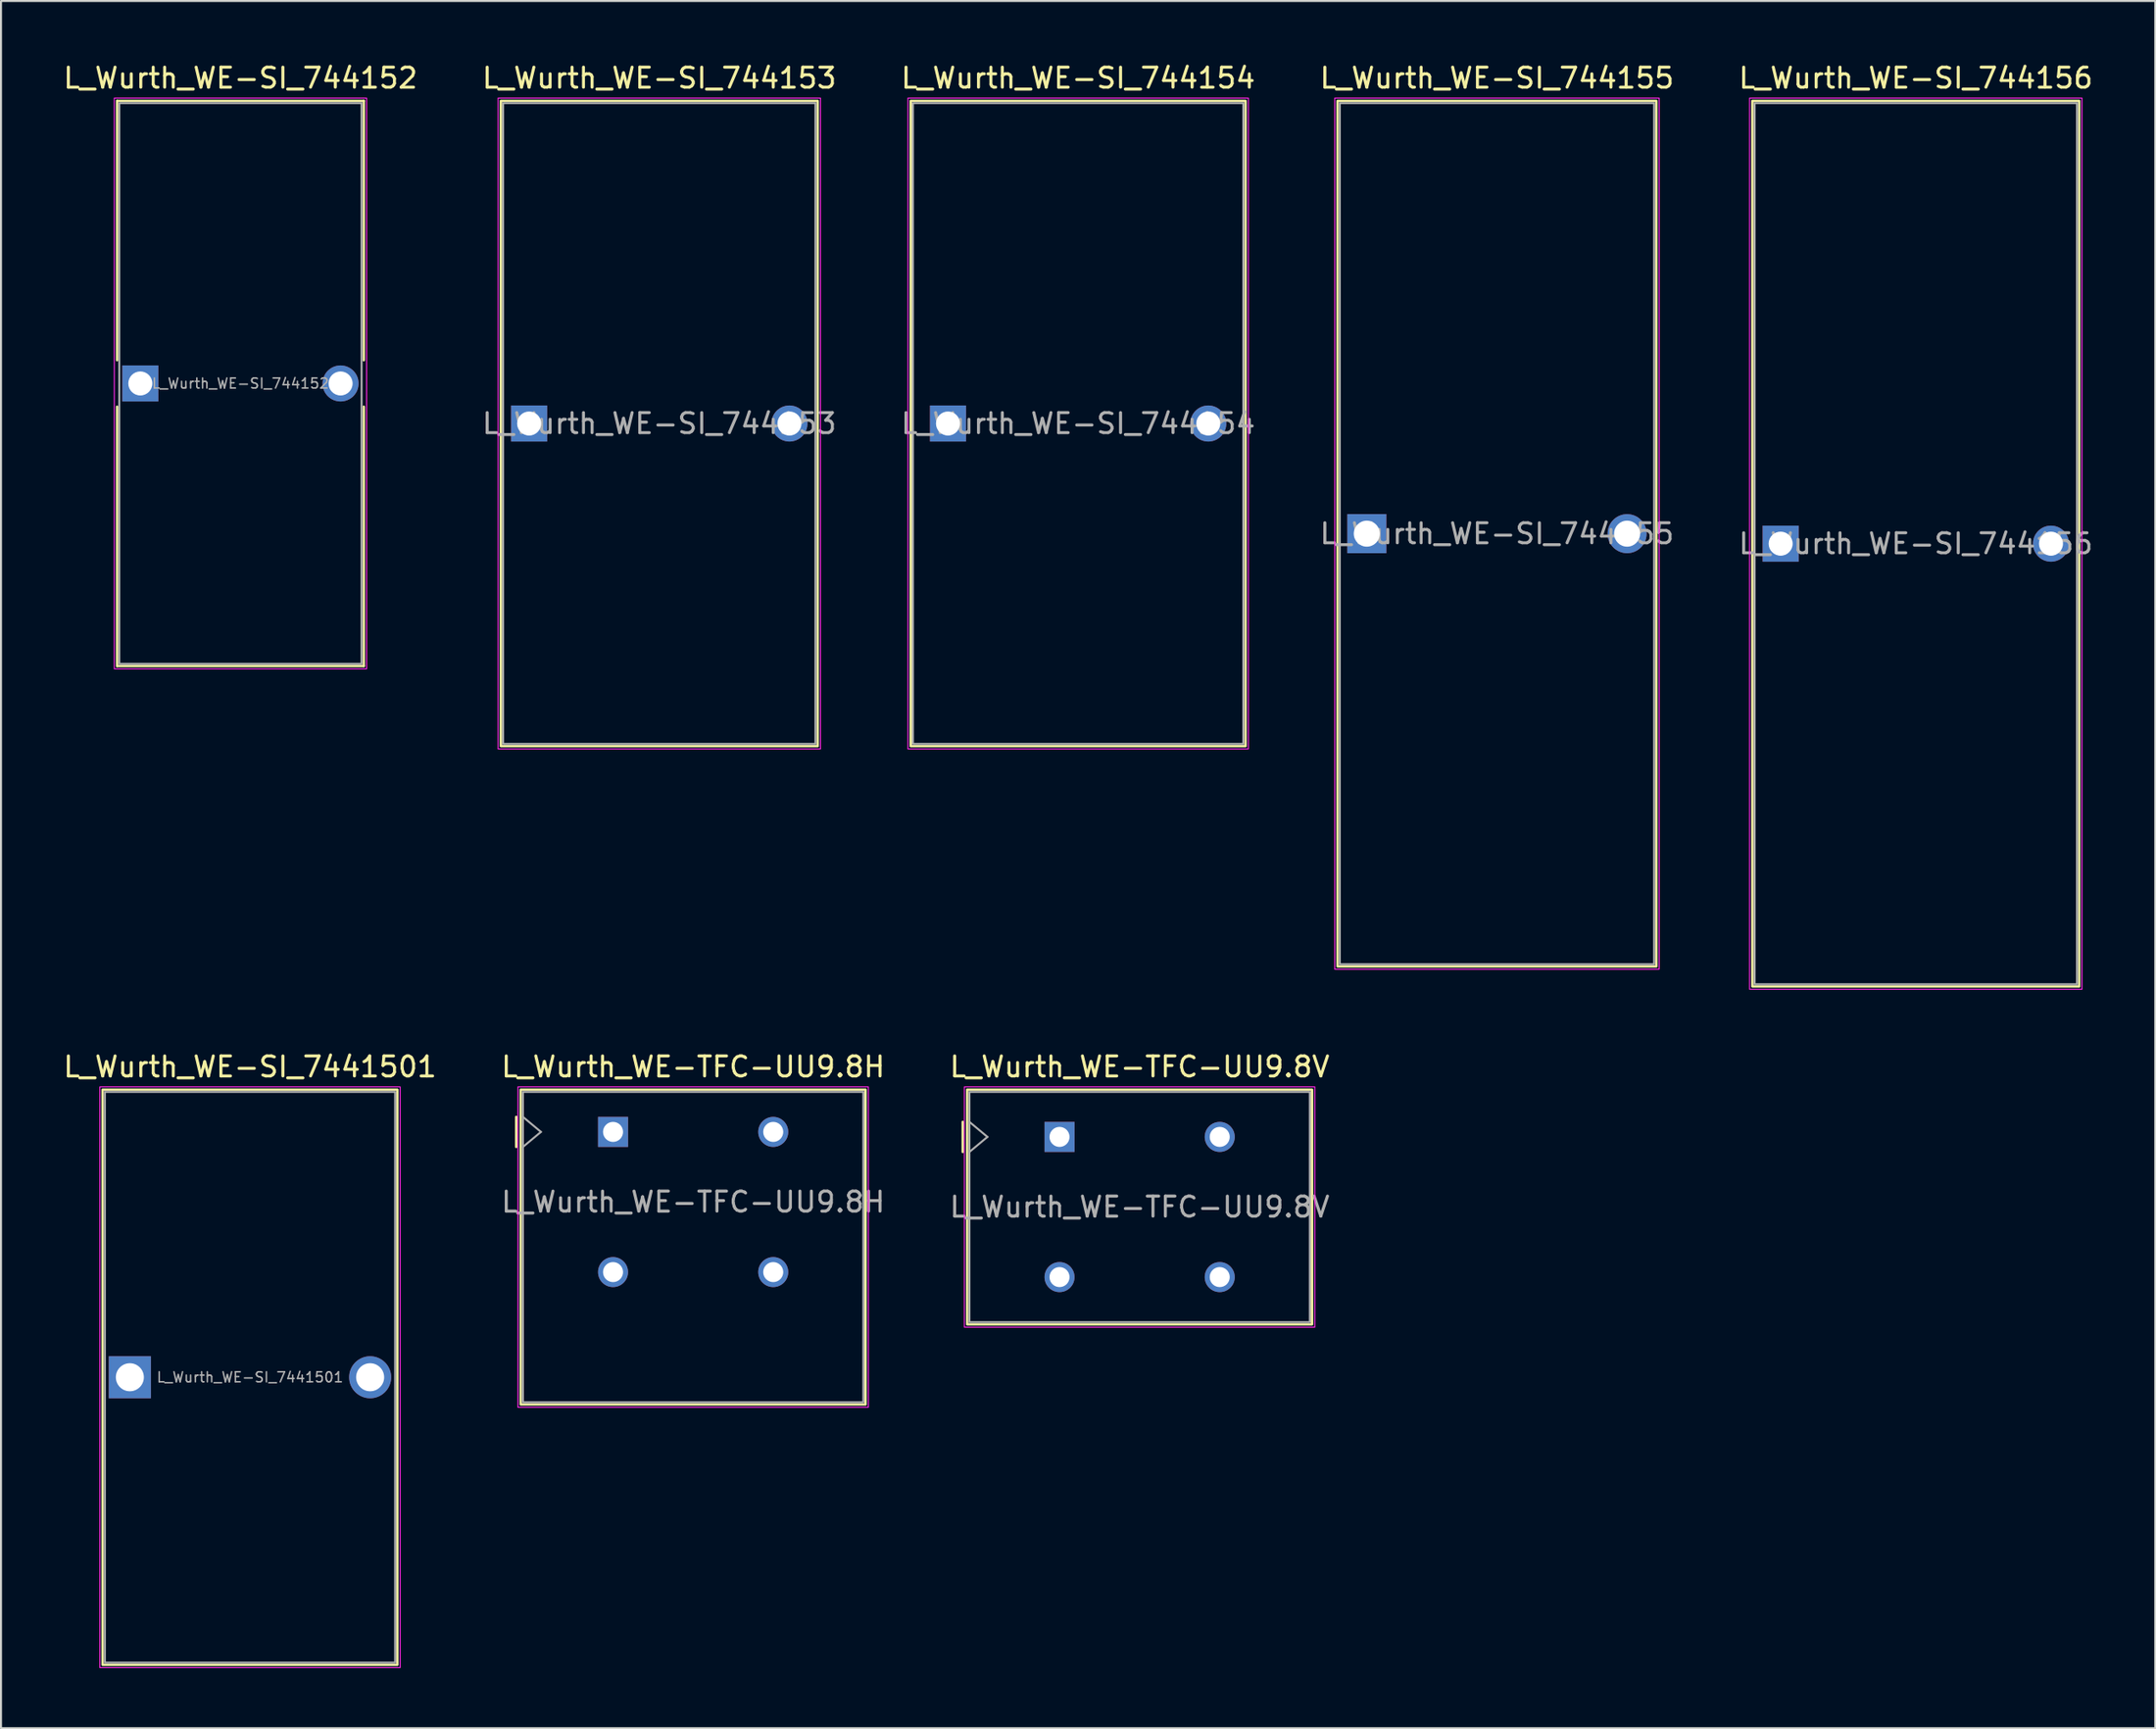
<source format=kicad_pcb>
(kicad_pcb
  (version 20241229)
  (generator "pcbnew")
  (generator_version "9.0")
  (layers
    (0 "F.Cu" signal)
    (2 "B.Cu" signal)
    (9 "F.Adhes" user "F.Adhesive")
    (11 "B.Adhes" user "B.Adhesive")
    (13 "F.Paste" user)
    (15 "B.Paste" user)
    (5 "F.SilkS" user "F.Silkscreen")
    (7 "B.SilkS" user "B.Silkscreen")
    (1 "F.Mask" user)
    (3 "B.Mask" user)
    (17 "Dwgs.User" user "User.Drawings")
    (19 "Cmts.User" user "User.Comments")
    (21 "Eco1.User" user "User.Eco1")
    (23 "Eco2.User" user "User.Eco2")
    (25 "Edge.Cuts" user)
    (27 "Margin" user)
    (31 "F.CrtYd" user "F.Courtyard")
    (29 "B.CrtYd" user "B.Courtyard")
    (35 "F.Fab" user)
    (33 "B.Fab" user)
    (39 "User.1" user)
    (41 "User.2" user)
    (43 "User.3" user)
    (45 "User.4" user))
  (footprint "L_Wurth_WE-SI_744155"
    (layer "F.Cu")
    (at 65.208 23.598)
    (property "Reference" "L_Wurth_WE-SI_744155" (at 6.5 -22.75 0) (unlocked yes) (layer "F.SilkS") (effects (font (size 1 1) (thickness 0.15))))
    (attr through_hole)
    (fp_rect (start -1.46 -21.61) (end 14.46 21.61) (stroke (width 0.12) (type solid)) (fill no) (layer "F.SilkS"))
    (fp_rect (start -1.6 -21.75) (end 14.6 21.75) (stroke (width 0.05) (type solid)) (fill no) (layer "F.CrtYd"))
    (fp_rect (start -1.35 -21.5) (end 14.35 21.5) (stroke (width 0.1) (type solid)) (fill no) (layer "F.Fab"))
    (fp_text user "${REFERENCE}" (at 6.5 0 0) (unlocked yes) (layer "F.Fab") (effects (font (size 1 1) (thickness 0.15))))
    (pad "1" thru_hole rect (at 0 0) (size 1.95 1.95) (drill 1.3) (layers "*.Cu" "*.Mask"))
    (pad "2" thru_hole circle (at 13 0) (size 1.95 1.95) (drill 1.3) (layers "*.Cu" "*.Mask")))
  (footprint "L_Wurth_WE-TFC-UU9.8H"
    (layer "F.Cu")
    (at 27.565 53.471)
    (property "Reference" "L_Wurth_WE-TFC-UU9.8H" (at 4 -3.25 0) (unlocked yes) (layer "F.SilkS") (effects (font (size 1 1) (thickness 0.15))))
    (attr through_hole)
    (fp_line (start -4.835 -0.75) (end -4.835 0.75) (stroke (width 0.12) (type solid)) (layer "F.SilkS"))
    (fp_rect (start -4.61 -2.11) (end 12.61 13.61) (stroke (width 0.12) (type solid)) (fill no) (layer "F.SilkS"))
    (fp_rect (start -4.75 -2.25) (end 12.75 13.75) (stroke (width 0.05) (type solid)) (fill no) (layer "F.CrtYd"))
    (fp_line (start -4.5 -0.75) (end -3.6 0) (stroke (width 0.1) (type solid)) (layer "F.Fab"))
    (fp_line (start -4.5 0.75) (end -3.6 0) (stroke (width 0.1) (type solid)) (layer "F.Fab"))
    (fp_rect (start -4.5 -2) (end 12.5 13.5) (stroke (width 0.1) (type solid)) (fill no) (layer "F.Fab"))
    (fp_text user "${REFERENCE}" (at 4 3.5 0) (unlocked yes) (layer "F.Fab") (effects (font (size 1 1) (thickness 0.15))))
    (pad "1" thru_hole rect (at 0 0) (size 1.5 1.5) (drill 1) (layers "*.Cu" "*.Mask"))
    (pad "2" thru_hole circle (at 8 0) (size 1.5 1.5) (drill 1) (layers "*.Cu" "*.Mask"))
    (pad "3" thru_hole circle (at 8 7) (size 1.5 1.5) (drill 1) (layers "*.Cu" "*.Mask"))
    (pad "4" thru_hole circle (at 0 7) (size 1.5 1.5) (drill 1) (layers "*.Cu" "*.Mask")))
  (footprint "L_Wurth_WE-SI_744153"
    (layer "F.Cu")
    (at 23.375 18.098)
    (property "Reference" "L_Wurth_WE-SI_744153" (at 6.5 -17.25 0) (unlocked yes) (layer "F.SilkS") (effects (font (size 1 1) (thickness 0.15))))
    (attr through_hole)
    (fp_rect (start -1.41 -16.11) (end 14.41 16.11) (stroke (width 0.12) (type solid)) (fill no) (layer "F.SilkS"))
    (fp_rect (start -1.55 -16.25) (end 14.55 16.25) (stroke (width 0.05) (type solid)) (fill no) (layer "F.CrtYd"))
    (fp_rect (start -1.3 -16) (end 14.3 16) (stroke (width 0.1) (type solid)) (fill no) (layer "F.Fab"))
    (fp_text user "${REFERENCE}" (at 6.5 0 0) (unlocked yes) (layer "F.Fab") (effects (font (size 1 1) (thickness 0.15))))
    (pad "1" thru_hole rect (at 0 0) (size 1.8 1.8) (drill 1.2) (layers "*.Cu" "*.Mask"))
    (pad "2" thru_hole circle (at 13 0) (size 1.8 1.8) (drill 1.2) (layers "*.Cu" "*.Mask")))
  (footprint "L_Wurth_WE-SI_7441501"
    (layer "F.Cu")
    (at 3.435 65.722)
    (property "Reference" "L_Wurth_WE-SI_7441501" (at 6 -15.5 0) (unlocked yes) (layer "F.SilkS") (effects (font (size 1 1) (thickness 0.15))))
    (attr through_hole)
    (fp_rect (start -1.36 -14.36) (end 13.36 14.36) (stroke (width 0.12) (type solid)) (fill no) (layer "F.SilkS"))
    (fp_rect (start -1.5 -14.5) (end 13.5 14.5) (stroke (width 0.05) (type solid)) (fill no) (layer "F.CrtYd"))
    (fp_rect (start -1.25 -14.25) (end 13.25 14.25) (stroke (width 0.1) (type solid)) (fill no) (layer "F.Fab"))
    (fp_text user "${REFERENCE}" (at 6 0 0) (unlocked yes) (layer "F.Fab") (effects (font (size 0.5 0.5) (thickness 0.075))))
    (pad "1" thru_hole rect (at 0 0) (size 2.1 2.1) (drill 1.4) (layers "*.Cu" "*.Mask"))
    (pad "2" thru_hole circle (at 12 0) (size 2.1 2.1) (drill 1.4) (layers "*.Cu" "*.Mask")))
  (footprint "L_Wurth_WE-TFC-UU9.8V"
    (layer "F.Cu")
    (at 49.863 53.721)
    (property "Reference" "L_Wurth_WE-TFC-UU9.8V" (at 4 -3.5 0) (unlocked yes) (layer "F.SilkS") (effects (font (size 1 1) (thickness 0.15))))
    (attr through_hole)
    (fp_line (start -4.835 -0.75) (end -4.835 0.75) (stroke (width 0.12) (type solid)) (layer "F.SilkS"))
    (fp_rect (start -4.61 -2.36) (end 12.61 9.36) (stroke (width 0.12) (type solid)) (fill no) (layer "F.SilkS"))
    (fp_rect (start -4.75 -2.5) (end 12.75 9.5) (stroke (width 0.05) (type solid)) (fill no) (layer "F.CrtYd"))
    (fp_line (start -4.5 -0.75) (end -3.6 0) (stroke (width 0.1) (type solid)) (layer "F.Fab"))
    (fp_line (start -4.5 0.75) (end -3.6 0) (stroke (width 0.1) (type solid)) (layer "F.Fab"))
    (fp_rect (start -4.5 -2.25) (end 12.5 9.25) (stroke (width 0.1) (type solid)) (fill no) (layer "F.Fab"))
    (fp_text user "${REFERENCE}" (at 4 3.5 0) (unlocked yes) (layer "F.Fab") (effects (font (size 1 1) (thickness 0.15))))
    (pad "1" thru_hole rect (at 0 0) (size 1.5 1.5) (drill 1) (layers "*.Cu" "*.Mask"))
    (pad "2" thru_hole circle (at 8 0) (size 1.5 1.5) (drill 1) (layers "*.Cu" "*.Mask"))
    (pad "3" thru_hole circle (at 8 7) (size 1.5 1.5) (drill 1) (layers "*.Cu" "*.Mask"))
    (pad "4" thru_hole circle (at 0 7) (size 1.5 1.5) (drill 1) (layers "*.Cu" "*.Mask")))
  (footprint "L_Wurth_WE-SI_744156"
    (layer "F.Cu")
    (at 85.875 24.098)
    (property "Reference" "L_Wurth_WE-SI_744156" (at 6.75 -23.25 0) (unlocked yes) (layer "F.SilkS") (effects (font (size 1 1) (thickness 0.15))))
    (attr through_hole)
    (fp_rect (start -1.41 -22.11) (end 14.91 22.11) (stroke (width 0.12) (type solid)) (fill no) (layer "F.SilkS"))
    (fp_rect (start -1.55 -22.25) (end 15.05 22.25) (stroke (width 0.05) (type solid)) (fill no) (layer "F.CrtYd"))
    (fp_rect (start -1.3 -22) (end 14.8 22) (stroke (width 0.1) (type solid)) (fill no) (layer "F.Fab"))
    (fp_text user "${REFERENCE}" (at 6.75 0 0) (unlocked yes) (layer "F.Fab") (effects (font (size 1 1) (thickness 0.15))))
    (pad "1" thru_hole rect (at 0 0) (size 1.8 1.8) (drill 1.2) (layers "*.Cu" "*.Mask"))
    (pad "2" thru_hole circle (at 13.5 0) (size 1.8 1.8) (drill 1.2) (layers "*.Cu" "*.Mask")))
  (footprint "L_Wurth_WE-SI_744152"
    (layer "F.Cu")
    (at 3.958 16.098)
    (property "Reference" "L_Wurth_WE-SI_744152" (at 5 -15.25 0) (unlocked yes) (layer "F.SilkS") (effects (font (size 1 1) (thickness 0.15))))
    (attr through_hole)
    (fp_line (start -1.16 -14.11) (end -1.16 -1.16) (stroke (width 0.12) (type solid)) (layer "F.SilkS"))
    (fp_line (start -1.16 -14.11) (end 11.16 -14.11) (stroke (width 0.12) (type solid)) (layer "F.SilkS"))
    (fp_line (start -1.16 14.11) (end -1.16 1.16) (stroke (width 0.12) (type solid)) (layer "F.SilkS"))
    (fp_line (start -1.16 14.11) (end 11.16 14.11) (stroke (width 0.12) (type solid)) (layer "F.SilkS"))
    (fp_line (start 11.16 -14.11) (end 11.16 -1.16) (stroke (width 0.12) (type solid)) (layer "F.SilkS"))
    (fp_line (start 11.16 14.11) (end 11.16 1.16) (stroke (width 0.12) (type solid)) (layer "F.SilkS"))
    (fp_rect (start -1.3 -14.25) (end 11.3 14.25) (stroke (width 0.05) (type solid)) (fill no) (layer "F.CrtYd"))
    (fp_rect (start -1.05 -14) (end 11.05 14) (stroke (width 0.1) (type solid)) (fill no) (layer "F.Fab"))
    (fp_text user "${REFERENCE}" (at 5 0 0) (unlocked yes) (layer "F.Fab") (effects (font (size 0.5 0.5) (thickness 0.075))))
    (pad "1" thru_hole rect (at 0 0) (size 1.8 1.8) (drill 1.2) (layers "*.Cu" "*.Mask"))
    (pad "2" thru_hole circle (at 10 0) (size 1.8 1.8) (drill 1.2) (layers "*.Cu" "*.Mask")))
  (footprint "L_Wurth_WE-SI_744154"
    (layer "F.Cu")
    (at 44.292 18.098)
    (property "Reference" "L_Wurth_WE-SI_744154" (at 6.5 -17.25 0) (unlocked yes) (layer "F.SilkS") (effects (font (size 1 1) (thickness 0.15))))
    (attr through_hole)
    (fp_rect (start -1.86 -16.11) (end 14.86 16.11) (stroke (width 0.12) (type solid)) (fill no) (layer "F.SilkS"))
    (fp_rect (start -2 -16.25) (end 15 16.25) (stroke (width 0.05) (type solid)) (fill no) (layer "F.CrtYd"))
    (fp_rect (start -1.75 -16) (end 14.75 16) (stroke (width 0.1) (type solid)) (fill no) (layer "F.Fab"))
    (fp_text user "${REFERENCE}" (at 6.5 0 0) (unlocked yes) (layer "F.Fab") (effects (font (size 1 1) (thickness 0.15))))
    (pad "1" thru_hole rect (at 0 0) (size 1.8 1.8) (drill 1.2) (layers "*.Cu" "*.Mask"))
    (pad "2" thru_hole circle (at 13 0) (size 1.8 1.8) (drill 1.2) (layers "*.Cu" "*.Mask")))
  (gr_rect
    (start -3 -3)
    (end 104.583 83.246)
    (stroke (width 0.1) (type default))
    (fill no)
    (layer "Edge.Cuts")))
</source>
